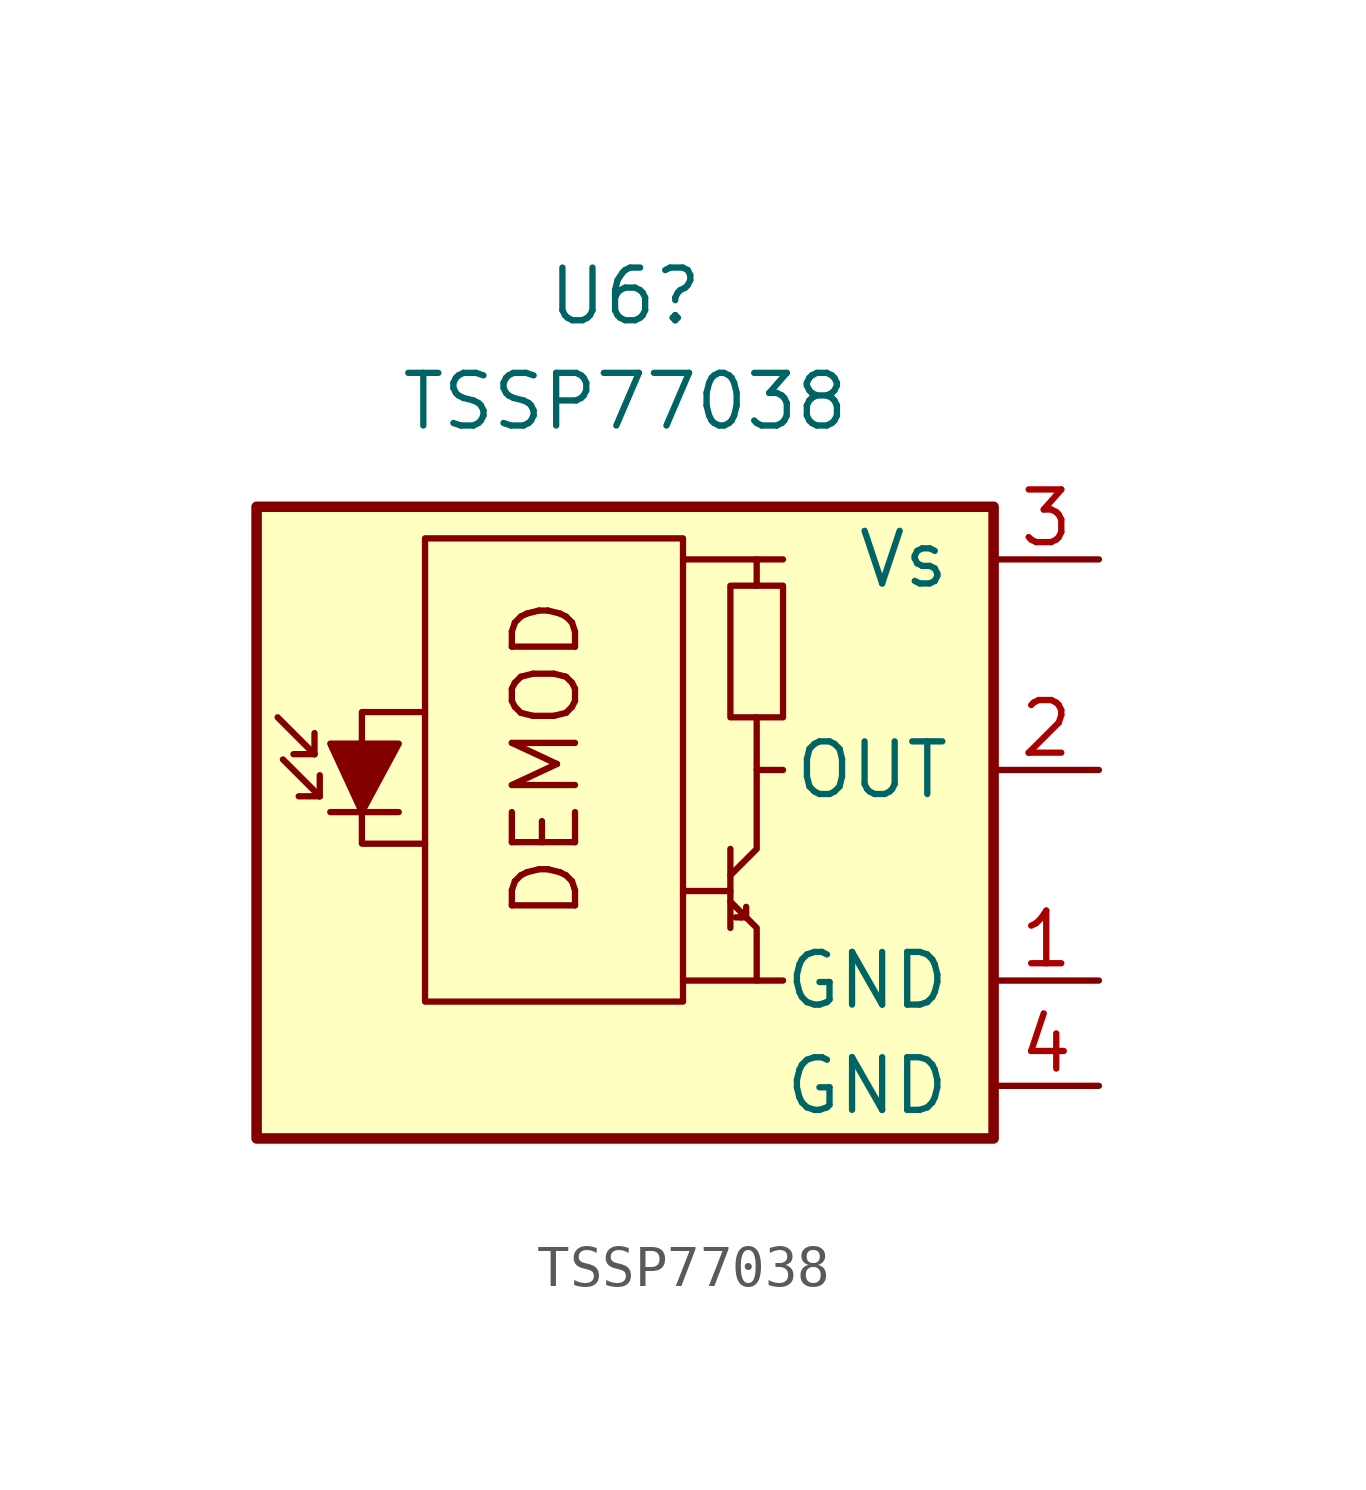
<source format=kicad_sym>
(kicad_symbol_lib
  (version 20231120)
  (generator "kicad_symbol_editor")
  (generator_version "8.0")
  (symbol "TSSP77038"
    (pin_names
      (offset 1.016))
    (property "Reference" "U6"
      (at -1.27 11.43 0)
      (effects (font (size 1.27 1.27))))
    (property "Value" "TSSP77038"
      (at -1.27 8.89 0)
      (effects (font (size 1.27 1.27))))
    (symbol "TSSP77038_0_0"
      (polyline (pts (xy 1.905 -5.08) (xy 0.127 -5.08)) (stroke (width 0) (type default)) (fill (type none)))
      (polyline (pts (xy 1.905 5.08) (xy 0.127 5.08)) (stroke (width 0) (type default)) (fill (type none)))
      (text "DEMOD" (at -3.175 0.254 900) (effects (font (size 1.524 1.524)))))
    (symbol "TSSP77038_0_1"
      (rectangle (start -10.16 6.35) (end 7.62 -8.89) (stroke (width 0.254) (type default)) (fill (type background)))
      (rectangle (start -6.096 5.588) (end 0.127 -5.588) (stroke (width 0) (type default)) (fill (type none)))
      (polyline (pts (xy -8.763 0.381) (xy -9.652 1.27)) (stroke (width 0) (type default)) (fill (type none)))
      (polyline (pts (xy -8.763 0.381) (xy -9.271 0.381)) (stroke (width 0) (type default)) (fill (type none)))
      (polyline (pts (xy -8.763 0.381) (xy -8.763 0.889)) (stroke (width 0) (type default)) (fill (type none)))
      (polyline (pts (xy -8.636 -0.635) (xy -9.525 0.254)) (stroke (width 0) (type default)) (fill (type none)))
      (polyline (pts (xy -8.636 -0.635) (xy -9.144 -0.635)) (stroke (width 0) (type default)) (fill (type none)))
      (polyline (pts (xy -8.636 -0.635) (xy -8.636 -0.127)) (stroke (width 0) (type default)) (fill (type none)))
      (polyline (pts (xy -8.382 -1.016) (xy -6.731 -1.016)) (stroke (width 0) (type default)) (fill (type none)))
      (polyline (pts (xy 1.27 -2.921) (xy 0.127 -2.921)) (stroke (width 0) (type default)) (fill (type none)))
      (polyline (pts (xy 1.27 -1.905) (xy 1.27 -3.81)) (stroke (width 0) (type default)) (fill (type none)))
      (polyline (pts (xy 1.397 -3.556) (xy 1.524 -3.556)) (stroke (width 0) (type default)) (fill (type none)))
      (polyline (pts (xy 1.651 -3.556) (xy 1.524 -3.556)) (stroke (width 0) (type default)) (fill (type none)))
      (polyline (pts (xy 1.651 -3.556) (xy 1.651 -3.302)) (stroke (width 0) (type default)) (fill (type none)))
      (polyline (pts (xy 1.905 0) (xy 1.905 1.27)) (stroke (width 0) (type default)) (fill (type none)))
      (polyline (pts (xy 1.905 4.445) (xy 1.905 5.08) (xy 2.54 5.08)) (stroke (width 0) (type default)) (fill (type none)))
      (polyline (pts (xy -8.382 0.635) (xy -6.731 0.635) (xy -7.62 -1.016) (xy -8.382 0.635)) (stroke (width 0) (type default)) (fill (type outline)))
      (polyline (pts (xy -6.096 1.397) (xy -7.62 1.397) (xy -7.62 -1.778) (xy -6.096 -1.778)) (stroke (width 0) (type default)) (fill (type none)))
      (polyline (pts (xy 1.27 -3.175) (xy 1.905 -3.81) (xy 1.905 -5.08) (xy 2.54 -5.08)) (stroke (width 0) (type default)) (fill (type none)))
      (polyline (pts (xy 1.27 -2.54) (xy 1.905 -1.905) (xy 1.905 0) (xy 2.54 0)) (stroke (width 0) (type default)) (fill (type none)))
      (rectangle (start 2.54 1.27) (end 1.27 4.445) (stroke (width 0) (type default)) (fill (type none))))
    (symbol "TSSP77038_1_1"
      (pin power_in line (at 10.16 -5.08 180) (length 2.54) (name "GND" (effects (font (size 1.27 1.27)))) (number "1" (effects (font (size 1.27 1.27)))))
      (pin output line (at 10.16 0 180) (length 2.54) (name "OUT" (effects (font (size 1.27 1.27)))) (number "2" (effects (font (size 1.27 1.27)))))
      (pin power_in line (at 10.16 5.08 180) (length 2.54) (name "Vs" (effects (font (size 1.27 1.27)))) (number "3" (effects (font (size 1.27 1.27)))))
      (pin power_in line (at 10.16 -7.62 180) (length 2.54) (name "GND" (effects (font (size 1.27 1.27)))) (number "4" (effects (font (size 1.27 1.27))))))))
</source>
